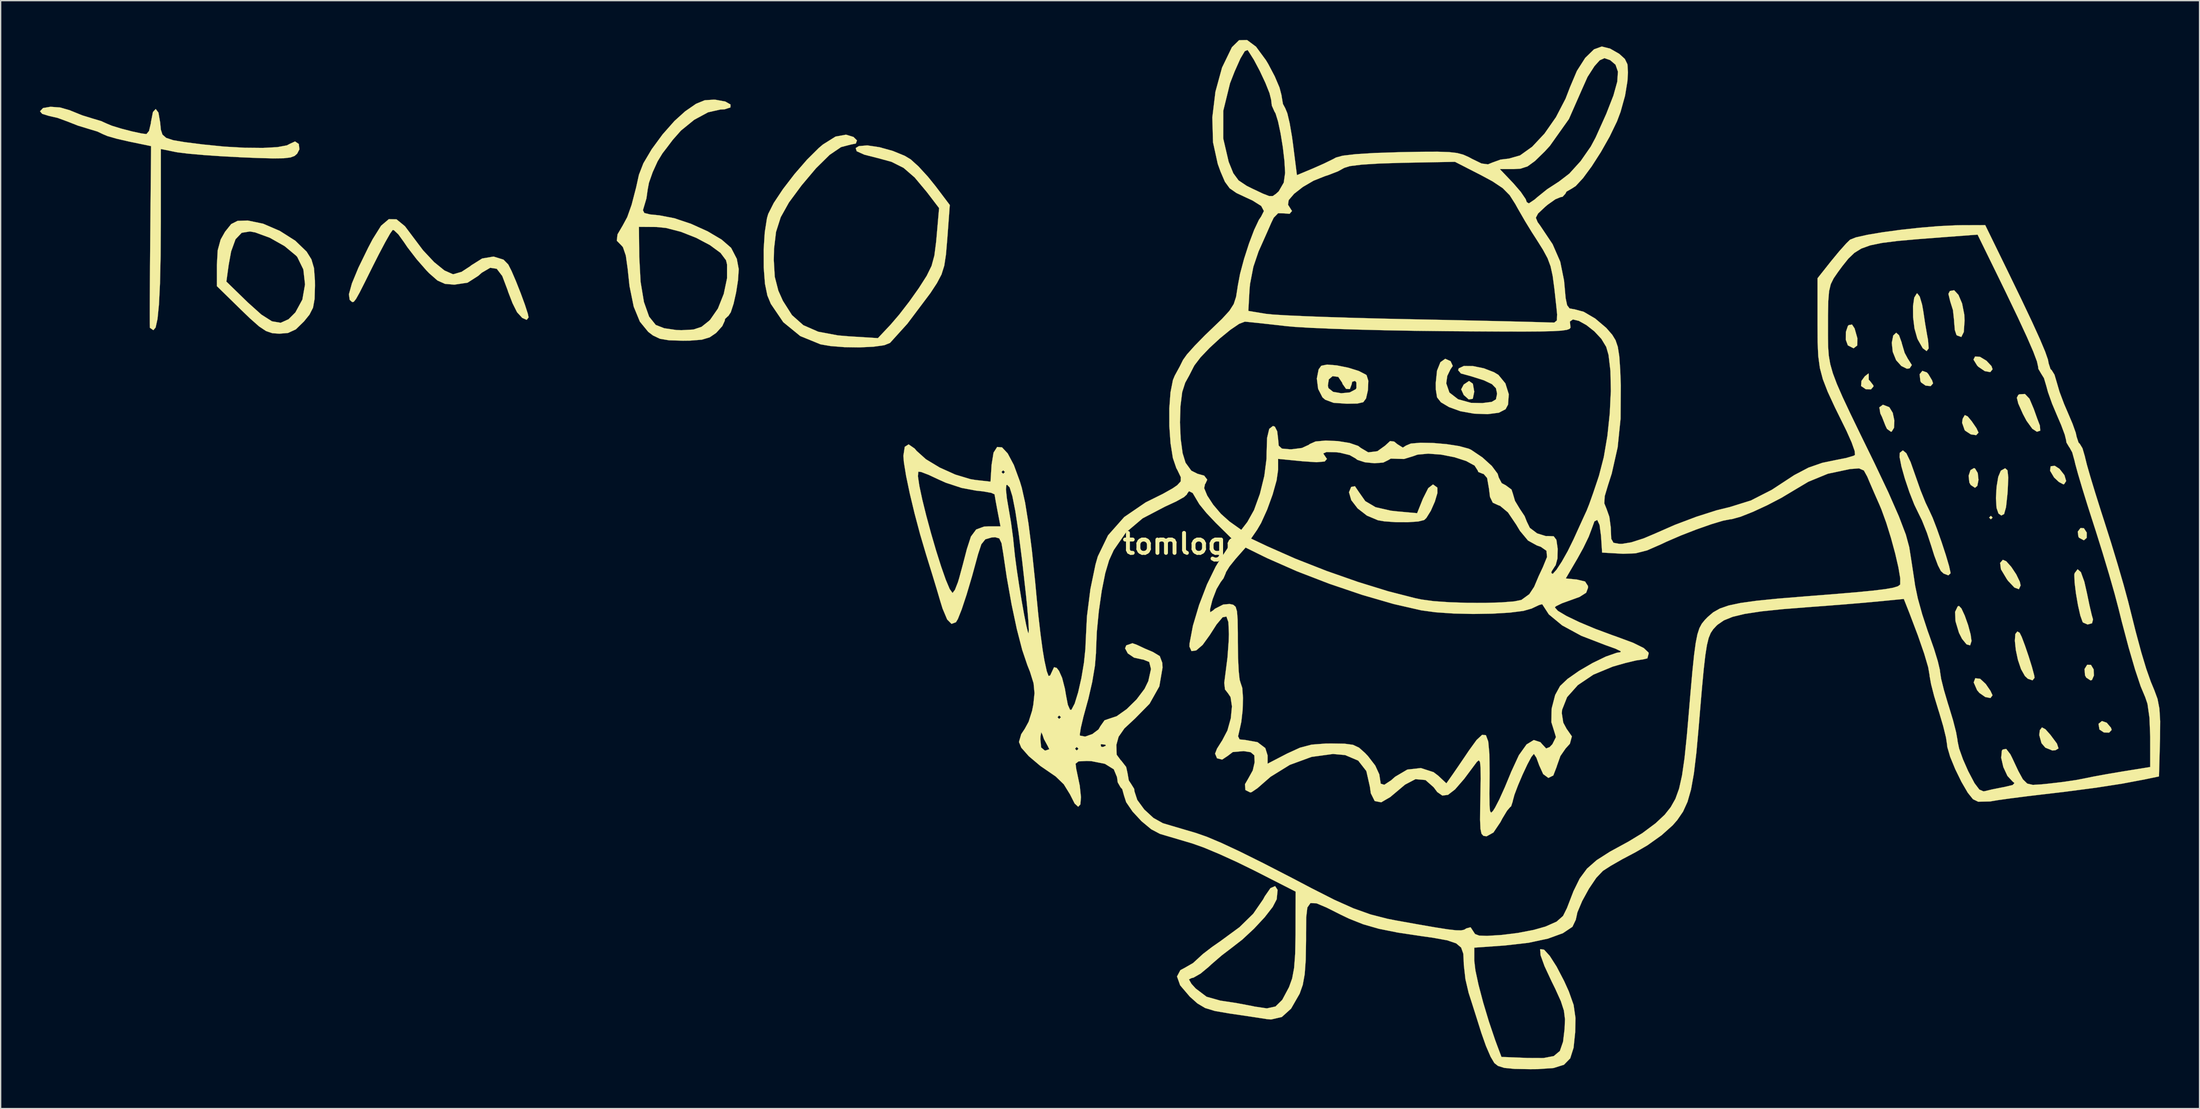
<source format=kicad_pcb>
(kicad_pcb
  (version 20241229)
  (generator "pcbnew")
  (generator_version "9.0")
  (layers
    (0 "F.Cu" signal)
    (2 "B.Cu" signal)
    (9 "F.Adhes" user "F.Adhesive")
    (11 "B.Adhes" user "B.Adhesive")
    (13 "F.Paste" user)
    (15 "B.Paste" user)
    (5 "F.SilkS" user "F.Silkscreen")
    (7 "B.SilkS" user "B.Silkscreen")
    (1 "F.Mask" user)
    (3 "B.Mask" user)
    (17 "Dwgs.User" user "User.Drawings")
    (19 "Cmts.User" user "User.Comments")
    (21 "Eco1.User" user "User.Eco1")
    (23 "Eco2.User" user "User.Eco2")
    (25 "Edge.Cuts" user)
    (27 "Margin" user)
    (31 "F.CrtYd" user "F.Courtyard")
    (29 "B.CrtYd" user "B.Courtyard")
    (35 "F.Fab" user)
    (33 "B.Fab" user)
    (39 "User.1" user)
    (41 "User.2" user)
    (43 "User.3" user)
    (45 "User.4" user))
  (footprint "tomlogo"
    (layer "F.Cu")
    (at 87.301 38.466)
    (property "Reference" "tomlogo" (at 0 0 0) (layer "F.SilkS") (effects (font (size 1.524 1.524) (thickness 0.3))))
    (attr through_hole)
    (fp_poly (pts (xy 61.762 -2.005) (xy 61.628 -1.872) (xy 61.495 -2.005) (xy 61.628 -2.139) (xy 61.762 -2.005)) (stroke (width 0.01) (type solid)) (fill yes) (layer "F.SilkS"))
    (fp_poly (pts (xy 22.086 -12.222) (xy 22.192 -11.615) (xy 22.08 -11.072) (xy 21.772 -11.021) (xy 21.389 -11.363) (xy 21.192 -11.793) (xy 21.387 -12.162) (xy 21.794 -12.434) (xy 22.086 -12.222)) (stroke (width 0.01) (type solid)) (fill yes) (layer "F.SilkS"))
    (fp_poly (pts (xy 68.732 -1.192) (xy 68.949 -0.86) (xy 68.946 -0.458) (xy 68.729 -0.267) (xy 68.367 -0.462) (xy 68.313 -0.535) (xy 68.26 -0.931) (xy 68.473 -1.209) (xy 68.732 -1.192)) (stroke (width 0.01) (type solid)) (fill yes) (layer "F.SilkS"))
    (fp_poly (pts (xy 69.267 9.236) (xy 69.473 9.576) (xy 69.498 10.049) (xy 69.349 10.389) (xy 69.24 10.427) (xy 68.912 10.214) (xy 68.815 10.039) (xy 68.779 9.554) (xy 68.981 9.23) (xy 69.267 9.236)) (stroke (width 0.01) (type solid)) (fill yes) (layer "F.SilkS"))
    (fp_poly (pts (xy 70.475 13.656) (xy 70.798 14.037) (xy 70.853 14.203) (xy 70.657 14.411) (xy 70.254 14.398) (xy 69.92 14.176) (xy 69.917 14.171) (xy 69.845 13.739) (xy 70.108 13.526) (xy 70.475 13.656)) (stroke (width 0.01) (type solid)) (fill yes) (layer "F.SilkS"))
    (fp_poly (pts (xy 56.747 -13.083) (xy 56.857 -12.957) (xy 57.143 -12.479) (xy 57.217 -12.248) (xy 57.033 -12.041) (xy 56.647 -12.079) (xy 56.305 -12.319) (xy 56.249 -12.42) (xy 56.189 -12.947) (xy 56.399 -13.206) (xy 56.747 -13.083)) (stroke (width 0.01) (type solid)) (fill yes) (layer "F.SilkS"))
    (fp_poly (pts (xy 60.423 -5.75) (xy 60.628 -5.406) (xy 60.685 -4.884) (xy 60.597 -4.428) (xy 60.417 -4.278) (xy 60.091 -4.492) (xy 59.987 -4.679) (xy 59.928 -5.195) (xy 60.072 -5.63) (xy 60.34 -5.783) (xy 60.423 -5.75)) (stroke (width 0.01) (type solid)) (fill yes) (layer "F.SilkS"))
    (fp_poly (pts (xy 60.803 -14.274) (xy 61.292 -13.978) (xy 61.673 -13.574) (xy 61.762 -13.327) (xy 61.584 -13.108) (xy 61.163 -13.184) (xy 60.675 -13.515) (xy 60.583 -13.609) (xy 60.3 -14.066) (xy 60.425 -14.304) (xy 60.803 -14.274)) (stroke (width 0.01) (type solid)) (fill yes) (layer "F.SilkS"))
    (fp_poly (pts (xy 66.869 -5.724) (xy 67.246 -5.243) (xy 67.377 -4.795) (xy 67.221 -4.554) (xy 67.151 -4.545) (xy 66.819 -4.724) (xy 66.456 -5.063) (xy 66.148 -5.58) (xy 66.19 -5.92) (xy 66.506 -5.96) (xy 66.869 -5.724)) (stroke (width 0.01) (type solid)) (fill yes) (layer "F.SilkS"))
    (fp_poly (pts (xy 51.227 -16.445) (xy 51.435 -15.713) (xy 51.437 -15.708) (xy 51.429 -15.142) (xy 51.147 -14.926) (xy 50.711 -15.151) (xy 50.554 -15.578) (xy 50.559 -16.173) (xy 50.714 -16.635) (xy 50.782 -16.699) (xy 51.03 -16.742) (xy 51.227 -16.445)) (stroke (width 0.01) (type solid)) (fill yes) (layer "F.SilkS"))
    (fp_poly (pts (xy 60.809 10.3) (xy 61.236 10.695) (xy 61.598 11.221) (xy 61.756 11.56) (xy 61.756 11.564) (xy 61.594 11.774) (xy 61.201 11.694) (xy 60.755 11.383) (xy 60.577 11.174) (xy 60.318 10.58) (xy 60.437 10.259) (xy 60.809 10.3)) (stroke (width 0.01) (type solid)) (fill yes) (layer "F.SilkS"))
    (fp_poly (pts (xy 65.797 14.155) (xy 66.177 14.583) (xy 66.673 15.248) (xy 66.794 15.616) (xy 66.55 15.762) (xy 66.317 15.775) (xy 65.786 15.559) (xy 65.494 15.219) (xy 65.323 14.602) (xy 65.364 14.228) (xy 65.528 14.011) (xy 65.797 14.155)) (stroke (width 0.01) (type solid)) (fill yes) (layer "F.SilkS"))
    (fp_poly (pts (xy 52.304 -12.919) (xy 52.304 -12.531) (xy 52.4 -12.435) (xy 52.66 -12.094) (xy 52.672 -12.016) (xy 52.479 -11.793) (xy 52.076 -11.806) (xy 51.729 -12.043) (xy 51.72 -12.057) (xy 51.75 -12.441) (xy 52.009 -12.793) (xy 52.297 -13.015) (xy 52.304 -12.919)) (stroke (width 0.01) (type solid)) (fill yes) (layer "F.SilkS"))
    (fp_poly (pts (xy 59.862 -9.726) (xy 60.169 -9.356) (xy 60.53 -8.83) (xy 60.687 -8.492) (xy 60.687 -8.489) (xy 60.509 -8.295) (xy 60.101 -8.355) (xy 59.678 -8.629) (xy 59.626 -8.686) (xy 59.431 -9.244) (xy 59.476 -9.553) (xy 59.638 -9.829) (xy 59.862 -9.726)) (stroke (width 0.01) (type solid)) (fill yes) (layer "F.SilkS"))
    (fp_poly (pts (xy 62.803 1.329) (xy 63.184 1.755) (xy 63.567 2.331) (xy 63.839 2.891) (xy 63.901 3.173) (xy 63.77 3.463) (xy 63.425 3.337) (xy 62.944 2.828) (xy 62.85 2.699) (xy 62.397 1.943) (xy 62.335 1.457) (xy 62.541 1.217) (xy 62.803 1.329)) (stroke (width 0.01) (type solid)) (fill yes) (layer "F.SilkS"))
    (fp_poly (pts (xy 53.858 -10.44) (xy 53.886 -10.418) (xy 54.14 -10) (xy 54.262 -9.412) (xy 54.239 -8.864) (xy 54.059 -8.567) (xy 54 -8.556) (xy 53.699 -8.775) (xy 53.579 -9.024) (xy 53.322 -9.681) (xy 53.192 -9.947) (xy 53.114 -10.42) (xy 53.388 -10.62) (xy 53.858 -10.44)) (stroke (width 0.01) (type solid)) (fill yes) (layer "F.SilkS"))
    (fp_poly (pts (xy 59.383 4.934) (xy 59.636 5.479) (xy 59.891 6.197) (xy 60.084 6.915) (xy 60.154 7.419) (xy 60.047 7.75) (xy 59.773 7.674) (xy 59.427 7.252) (xy 59.193 6.791) (xy 58.929 5.913) (xy 58.896 5.195) (xy 59.096 4.778) (xy 59.193 4.735) (xy 59.383 4.934)) (stroke (width 0.01) (type solid)) (fill yes) (layer "F.SilkS"))
    (fp_poly (pts (xy 64.575 -11.08) (xy 64.907 -10.294) (xy 65.167 -9.564) (xy 65.373 -9.024) (xy 65.399 -8.638) (xy 65.143 -8.556) (xy 64.792 -8.786) (xy 64.353 -9.391) (xy 64.075 -9.912) (xy 63.721 -10.708) (xy 63.611 -11.156) (xy 63.726 -11.374) (xy 63.815 -11.418) (xy 64.233 -11.439) (xy 64.575 -11.08)) (stroke (width 0.01) (type solid)) (fill yes) (layer "F.SilkS"))
    (fp_poly (pts (xy 54.617 -15.927) (xy 54.815 -15.383) (xy 54.838 -15.282) (xy 55.047 -14.581) (xy 55.303 -14.106) (xy 55.317 -14.092) (xy 55.596 -13.65) (xy 55.427 -13.397) (xy 55.218 -13.368) (xy 54.796 -13.574) (xy 54.396 -14.02) (xy 54.139 -14.652) (xy 54.065 -15.347) (xy 54.175 -15.905) (xy 54.399 -16.117) (xy 54.617 -15.927)) (stroke (width 0.01) (type solid)) (fill yes) (layer "F.SilkS"))
    (fp_poly (pts (xy 62.899 -5.613) (xy 62.958 -5.062) (xy 62.914 -4.055) (xy 62.896 -3.81) (xy 62.788 -2.803) (xy 62.64 -2.273) (xy 62.426 -2.162) (xy 62.208 -2.317) (xy 62.06 -2.748) (xy 62.016 -3.494) (xy 62.064 -4.351) (xy 62.191 -5.113) (xy 62.384 -5.573) (xy 62.407 -5.595) (xy 62.721 -5.771) (xy 62.899 -5.613)) (stroke (width 0.01) (type solid)) (fill yes) (layer "F.SilkS"))
    (fp_poly (pts (xy 59.156 -19.005) (xy 59.434 -18.348) (xy 59.6 -17.505) (xy 59.623 -17.052) (xy 59.562 -16.169) (xy 59.374 -15.791) (xy 59.05 -15.905) (xy 58.999 -15.953) (xy 58.878 -16.319) (xy 58.822 -16.971) (xy 58.821 -17.04) (xy 58.735 -17.843) (xy 58.529 -18.495) (xy 58.386 -19.082) (xy 58.498 -19.302) (xy 58.825 -19.361) (xy 59.156 -19.005)) (stroke (width 0.01) (type solid)) (fill yes) (layer "F.SilkS"))
    (fp_poly (pts (xy 63.827 6.789) (xy 63.987 7.112) (xy 64.236 7.774) (xy 64.516 8.596) (xy 64.768 9.404) (xy 64.933 10.021) (xy 64.967 10.227) (xy 64.807 10.421) (xy 64.45 10.299) (xy 64.229 10.093) (xy 63.931 9.566) (xy 63.693 8.859) (xy 63.532 8.096) (xy 63.46 7.398) (xy 63.495 6.888) (xy 63.649 6.688) (xy 63.827 6.789)) (stroke (width 0.01) (type solid)) (fill yes) (layer "F.SilkS"))
    (fp_poly (pts (xy 56.199 -18.877) (xy 56.381 -18.264) (xy 56.467 -17.78) (xy 56.616 -16.788) (xy 56.776 -15.861) (xy 56.831 -15.574) (xy 56.883 -14.921) (xy 56.725 -14.712) (xy 56.426 -14.936) (xy 56.057 -15.583) (xy 56.005 -15.703) (xy 55.798 -16.437) (xy 55.691 -17.301) (xy 55.684 -18.139) (xy 55.777 -18.794) (xy 55.969 -19.109) (xy 56.014 -19.117) (xy 56.199 -18.877)) (stroke (width 0.01) (type solid)) (fill yes) (layer "F.SilkS"))
    (fp_poly (pts (xy 68.501 2.159) (xy 68.763 2.884) (xy 68.964 3.764) (xy 69.157 4.691) (xy 69.331 5.433) (xy 69.429 5.775) (xy 69.353 6.062) (xy 69.015 6.159) (xy 68.671 6.01) (xy 68.625 5.949) (xy 68.456 5.472) (xy 68.278 4.684) (xy 68.122 3.775) (xy 68.019 2.936) (xy 68 2.354) (xy 68.021 2.239) (xy 68.251 1.939) (xy 68.501 2.159)) (stroke (width 0.01) (type solid)) (fill yes) (layer "F.SilkS"))
    (fp_poly (pts (xy 19.373 -4.296) (xy 19.377 -4.29) (xy 19.381 -3.885) (xy 19.187 -3.229) (xy 18.878 -2.525) (xy 18.536 -1.976) (xy 18.371 -1.818) (xy 17.914 -1.705) (xy 17.122 -1.65) (xy 16.191 -1.654) (xy 15.316 -1.718) (xy 14.839 -1.8) (xy 13.998 -2.154) (xy 13.289 -2.704) (xy 12.802 -3.336) (xy 12.628 -3.938) (xy 12.794 -4.345) (xy 13.083 -4.401) (xy 13.375 -3.97) (xy 13.872 -3.261) (xy 14.658 -2.798) (xy 15.83 -2.53) (xy 16.31 -2.477) (xy 17.829 -2.34) (xy 18.27 -3.442) (xy 18.678 -4.253) (xy 19.043 -4.536) (xy 19.373 -4.296)) (stroke (width 0.01) (type solid)) (fill yes) (layer "F.SilkS"))
    (fp_poly (pts (xy 55.177 -6.916) (xy 55.498 -6.252) (xy 55.889 -5.144) (xy 56.257 -4.099) (xy 56.642 -3.144) (xy 56.935 -2.533) (xy 57.185 -1.989) (xy 57.512 -1.139) (xy 57.866 -0.138) (xy 58.192 0.857) (xy 58.438 1.691) (xy 58.551 2.206) (xy 58.554 2.247) (xy 58.385 2.406) (xy 58.026 2.271) (xy 57.81 2.072) (xy 57.591 1.647) (xy 57.306 0.888) (xy 57.08 0.167) (xy 56.747 -0.845) (xy 56.375 -1.779) (xy 56.149 -2.239) (xy 55.783 -2.994) (xy 55.407 -3.952) (xy 55.065 -4.969) (xy 54.801 -5.905) (xy 54.661 -6.617) (xy 54.676 -6.95) (xy 54.912 -7.135) (xy 55.177 -6.916)) (stroke (width 0.01) (type solid)) (fill yes) (layer "F.SilkS"))
    (fp_poly (pts (xy 11.695 -13.624) (xy 12.566 -13.449) (xy 13.372 -13.199) (xy 13.924 -12.914) (xy 13.976 -12.867) (xy 14.105 -12.45) (xy 14.078 -11.766) (xy 14.058 -11.65) (xy 13.931 -11.097) (xy 13.719 -10.813) (xy 13.272 -10.709) (xy 12.462 -10.695) (xy 11.446 -10.766) (xy 10.811 -11.003) (xy 10.602 -11.184) (xy 10.273 -11.826) (xy 10.241 -12.076) (xy 11.017 -12.076) (xy 11.064 -11.885) (xy 11.418 -11.604) (xy 12.041 -11.496) (xy 12.694 -11.562) (xy 13.141 -11.8) (xy 13.194 -11.889) (xy 13.192 -12.32) (xy 13.089 -12.44) (xy 12.87 -12.372) (xy 12.834 -12.181) (xy 12.696 -11.812) (xy 12.404 -11.83) (xy 12.138 -12.205) (xy 12.109 -12.299) (xy 11.81 -12.744) (xy 11.377 -12.801) (xy 11.088 -12.554) (xy 11.017 -12.076) (xy 10.241 -12.076) (xy 10.173 -12.617) (xy 10.311 -13.318) (xy 10.509 -13.593) (xy 10.947 -13.685) (xy 11.695 -13.624)) (stroke (width 0.01) (type solid)) (fill yes) (layer "F.SilkS"))
    (fp_poly (pts (xy 20.385 -13.945) (xy 20.552 -13.581) (xy 20.373 -13.315) (xy 20.133 -12.821) (xy 20.053 -12.252) (xy 20.295 -11.55) (xy 20.959 -11.036) (xy 21.947 -10.764) (xy 22.808 -10.747) (xy 23.521 -10.836) (xy 23.846 -11.03) (xy 23.929 -11.427) (xy 23.929 -11.497) (xy 23.846 -11.878) (xy 23.541 -12.191) (xy 22.926 -12.484) (xy 21.918 -12.803) (xy 21.172 -13.005) (xy 20.961 -13.254) (xy 21.006 -13.397) (xy 21.397 -13.579) (xy 22.097 -13.57) (xy 22.926 -13.4) (xy 23.705 -13.098) (xy 24.04 -12.894) (xy 24.569 -12.248) (xy 24.828 -11.421) (xy 24.771 -10.628) (xy 24.583 -10.276) (xy 24.068 -10.009) (xy 23.212 -9.899) (xy 22.181 -9.937) (xy 21.144 -10.12) (xy 20.267 -10.438) (xy 20.253 -10.446) (xy 19.647 -10.806) (xy 19.352 -11.18) (xy 19.258 -11.771) (xy 19.251 -12.273) (xy 19.349 -13.223) (xy 19.608 -13.867) (xy 19.976 -14.128) (xy 20.385 -13.945)) (stroke (width 0.01) (type solid)) (fill yes) (layer "F.SilkS"))
    (fp_poly (pts (xy -71.434 -24.681) (xy -70.266 -24.44) (xy -68.986 -23.888) (xy -67.806 -23.138) (xy -66.944 -22.307) (xy -66.576 -21.717) (xy -66.381 -21.051) (xy -66.311 -20.112) (xy -66.307 -19.702) (xy -66.334 -18.699) (xy -66.453 -18.03) (xy -66.725 -17.497) (xy -67.137 -16.987) (xy -67.768 -16.371) (xy -68.368 -16.097) (xy -69.025 -16.042) (xy -69.562 -16.08) (xy -70.04 -16.242) (xy -70.574 -16.598) (xy -71.28 -17.222) (xy -71.939 -17.857) (xy -73.794 -19.672) (xy -73.794 -20.02) (xy -73.069 -20.02) (xy -71.436 -18.432) (xy -70.398 -17.501) (xy -69.589 -16.987) (xy -68.925 -16.875) (xy -68.325 -17.146) (xy -67.802 -17.667) (xy -67.269 -18.647) (xy -67.066 -19.805) (xy -67.195 -20.951) (xy -67.658 -21.897) (xy -67.744 -21.996) (xy -68.629 -22.729) (xy -69.752 -23.364) (xy -70.869 -23.773) (xy -71.266 -23.846) (xy -71.899 -23.745) (xy -72.369 -23.253) (xy -72.707 -22.32) (xy -72.898 -21.267) (xy -73.069 -20.02) (xy -73.794 -20.02) (xy -73.794 -21.293) (xy -73.732 -22.411) (xy -73.508 -23.229) (xy -73.173 -23.823) (xy -72.702 -24.411) (xy -72.217 -24.656) (xy -71.466 -24.682) (xy -71.434 -24.681)) (stroke (width 0.01) (type solid)) (fill yes) (layer "F.SilkS"))
    (fp_poly (pts (xy -60.081 -24.773) (xy -59.438 -24.247) (xy -58.879 -23.503) (xy -58.059 -22.414) (xy -57.209 -21.506) (xy -56.424 -20.87) (xy -55.799 -20.592) (xy -55.725 -20.587) (xy -55.116 -20.764) (xy -54.452 -21.196) (xy -54.384 -21.256) (xy -53.545 -21.783) (xy -52.673 -21.931) (xy -51.916 -21.696) (xy -51.549 -21.323) (xy -51.298 -20.827) (xy -50.96 -20.041) (xy -50.599 -19.127) (xy -50.277 -18.249) (xy -50.058 -17.57) (xy -49.998 -17.285) (xy -50.145 -17.097) (xy -50.484 -17.247) (xy -50.865 -17.663) (xy -50.898 -17.713) (xy -51.225 -18.366) (xy -51.551 -19.212) (xy -51.607 -19.384) (xy -52.008 -20.444) (xy -52.43 -20.997) (xy -52.93 -21.074) (xy -53.568 -20.7) (xy -53.849 -20.454) (xy -54.656 -19.937) (xy -55.668 -19.785) (xy -56.384 -19.847) (xy -56.956 -20.102) (xy -57.586 -20.653) (xy -57.804 -20.878) (xy -58.546 -21.727) (xy -59.247 -22.638) (xy -59.51 -23.027) (xy -59.94 -23.623) (xy -60.278 -23.943) (xy -60.377 -23.959) (xy -60.571 -23.682) (xy -60.942 -23.028) (xy -61.432 -22.101) (xy -61.884 -21.209) (xy -62.492 -19.986) (xy -62.906 -19.169) (xy -63.175 -18.689) (xy -63.347 -18.475) (xy -63.47 -18.457) (xy -63.593 -18.566) (xy -63.66 -18.635) (xy -63.715 -19.052) (xy -63.488 -19.879) (xy -62.992 -21.078) (xy -62.242 -22.614) (xy -61.902 -23.261) (xy -61.261 -24.284) (xy -60.671 -24.786) (xy -60.081 -24.773)) (stroke (width 0.01) (type solid)) (fill yes) (layer "F.SilkS"))
    (fp_poly (pts (xy -85.756 -33.31) (xy -85.018 -33.098) (xy -84.934 -33.061) (xy -84.081 -32.715) (xy -83.285 -32.469) (xy -82.627 -32.273) (xy -82.216 -32.086) (xy -81.816 -31.919) (xy -81.1 -31.7) (xy -80.274 -31.485) (xy -79.547 -31.329) (xy -79.172 -31.282) (xy -78.976 -31.518) (xy -78.837 -32.097) (xy -78.823 -32.223) (xy -78.677 -32.965) (xy -78.465 -33.196) (xy -78.256 -32.923) (xy -78.124 -32.164) (xy -78.072 -31.619) (xy -77.949 -31.243) (xy -77.664 -30.99) (xy -77.125 -30.813) (xy -76.242 -30.664) (xy -74.922 -30.497) (xy -74.87 -30.49) (xy -73.229 -30.326) (xy -71.669 -30.238) (xy -70.287 -30.224) (xy -69.182 -30.285) (xy -68.45 -30.419) (xy -68.232 -30.533) (xy -67.827 -30.719) (xy -67.541 -30.527) (xy -67.494 -30.116) (xy -67.666 -29.785) (xy -67.867 -29.609) (xy -68.181 -29.494) (xy -68.698 -29.434) (xy -69.505 -29.423) (xy -70.689 -29.455) (xy -71.92 -29.506) (xy -73.413 -29.585) (xy -74.812 -29.681) (xy -75.983 -29.785) (xy -76.792 -29.884) (xy -76.935 -29.909) (xy -78.072 -30.141) (xy -78.074 -24.629) (xy -78.09 -22.005) (xy -78.136 -19.899) (xy -78.215 -18.292) (xy -78.326 -17.17) (xy -78.47 -16.515) (xy -78.644 -16.309) (xy -78.903 -16.489) (xy -78.908 -16.51) (xy -78.915 -16.822) (xy -78.917 -17.594) (xy -78.914 -18.754) (xy -78.906 -20.228) (xy -78.893 -21.942) (xy -78.88 -23.536) (xy -78.817 -30.361) (xy -80.516 -30.712) (xy -81.437 -30.924) (xy -82.153 -31.129) (xy -82.483 -31.269) (xy -82.921 -31.476) (xy -83.553 -31.667) (xy -84.409 -31.928) (xy -85.157 -32.223) (xy -85.947 -32.513) (xy -86.627 -32.67) (xy -87.13 -32.824) (xy -87.296 -33.02) (xy -87.067 -33.268) (xy -86.497 -33.366) (xy -85.756 -33.31)) (stroke (width 0.01) (type solid)) (fill yes) (layer "F.SilkS"))
    (fp_poly (pts (xy -25.76 -31.234) (xy -25.198 -31.062) (xy -24.93 -30.795) (xy -25.017 -30.56) (xy -25.403 -30.48) (xy -26.144 -30.288) (xy -27.018 -29.694) (xy -28.058 -28.67) (xy -29.157 -27.366) (xy -30.123 -26.06) (xy -30.752 -24.933) (xy -31.11 -23.81) (xy -31.262 -22.518) (xy -31.281 -21.661) (xy -31.205 -20.383) (xy -30.932 -19.325) (xy -30.587 -18.554) (xy -29.891 -17.46) (xy -29.024 -16.691) (xy -27.886 -16.193) (xy -26.377 -15.912) (xy -25.545 -15.842) (xy -23.333 -15.704) (xy -22.357 -16.742) (xy -21.705 -17.503) (xy -20.934 -18.5) (xy -20.212 -19.518) (xy -20.212 -19.518) (xy -19.609 -20.46) (xy -19.237 -21.219) (xy -19.022 -22.012) (xy -18.888 -23.059) (xy -18.853 -23.443) (xy -18.663 -25.631) (xy -19.606 -26.865) (xy -20.529 -27.969) (xy -21.373 -28.699) (xy -22.295 -29.162) (xy -23.299 -29.436) (xy -24.37 -29.708) (xy -24.953 -29.971) (xy -25.03 -30.214) (xy -24.787 -30.362) (xy -24.143 -30.417) (xy -23.216 -30.279) (xy -22.196 -29.996) (xy -21.277 -29.619) (xy -20.832 -29.351) (xy -20.24 -28.817) (xy -19.517 -28.03) (xy -18.936 -27.311) (xy -17.845 -25.867) (xy -18.033 -23.318) (xy -18.136 -22.096) (xy -18.266 -21.235) (xy -18.477 -20.563) (xy -18.823 -19.907) (xy -19.325 -19.141) (xy -21.08 -16.807) (xy -22.411 -15.336) (xy -22.851 -15.161) (xy -23.674 -15.047) (xy -24.732 -14.997) (xy -25.876 -15.013) (xy -26.958 -15.099) (xy -27.711 -15.228) (xy -29.26 -15.861) (xy -30.556 -16.919) (xy -31.507 -18.319) (xy -31.771 -18.956) (xy -31.955 -19.856) (xy -32.049 -21.089) (xy -32.054 -22.462) (xy -31.971 -23.781) (xy -31.804 -24.853) (xy -31.709 -25.181) (xy -31.287 -26.02) (xy -30.58 -27.083) (xy -29.698 -28.23) (xy -28.75 -29.322) (xy -27.845 -30.221) (xy -27.53 -30.487) (xy -26.568 -31.091) (xy -25.772 -31.235) (xy -25.76 -31.234)) (stroke (width 0.01) (type solid)) (fill yes) (layer "F.SilkS"))
    (fp_poly (pts (xy -35.726 -33.902) (xy -34.976 -33.763) (xy -34.584 -33.539) (xy -34.592 -33.314) (xy -35.039 -33.17) (xy -35.364 -33.154) (xy -36.299 -32.942) (xy -37.352 -32.373) (xy -38.366 -31.549) (xy -38.991 -30.843) (xy -39.436 -30.254) (xy -39.757 -29.837) (xy -39.777 -29.812) (xy -40.15 -29.199) (xy -40.526 -28.372) (xy -40.81 -27.564) (xy -40.907 -27.048) (xy -41.003 -26.367) (xy -41.156 -25.85) (xy -41.27 -25.466) (xy -41.162 -25.256) (xy -40.722 -25.147) (xy -40.02 -25.077) (xy -38.875 -24.858) (xy -37.591 -24.427) (xy -36.332 -23.858) (xy -35.263 -23.226) (xy -34.55 -22.607) (xy -34.532 -22.584) (xy -34.104 -21.757) (xy -33.956 -20.966) (xy -34.011 -20.129) (xy -34.154 -19.201) (xy -34.349 -18.333) (xy -34.563 -17.677) (xy -34.759 -17.383) (xy -34.78 -17.379) (xy -35.005 -17.166) (xy -35.025 -17.026) (xy -35.212 -16.62) (xy -35.665 -16.118) (xy -35.696 -16.09) (xy -36.176 -15.763) (xy -36.775 -15.584) (xy -37.661 -15.514) (xy -38.215 -15.507) (xy -39.268 -15.536) (xy -39.97 -15.653) (xy -40.502 -15.905) (xy -40.867 -16.183) (xy -41.504 -16.96) (xy -41.974 -18.104) (xy -42.295 -19.674) (xy -42.435 -20.988) (xy -42.577 -22.005) (xy -42.798 -22.651) (xy -42.938 -22.806) (xy -43.266 -23.14) (xy -43.211 -23.625) (xy -42.876 -24.197) (xy -41.576 -24.197) (xy -41.551 -21.924) (xy -41.449 -20.005) (xy -41.193 -18.461) (xy -40.798 -17.343) (xy -40.291 -16.711) (xy -39.647 -16.459) (xy -38.708 -16.322) (xy -38.328 -16.309) (xy -37.418 -16.36) (xy -36.796 -16.568) (xy -36.224 -17.024) (xy -36.134 -17.114) (xy -35.547 -17.96) (xy -35.101 -19.082) (xy -34.85 -20.274) (xy -34.85 -21.328) (xy -34.927 -21.648) (xy -35.346 -22.209) (xy -36.152 -22.802) (xy -37.208 -23.361) (xy -38.375 -23.821) (xy -39.516 -24.115) (xy -40.239 -24.187) (xy -41.576 -24.197) (xy -42.876 -24.197) (xy -42.822 -24.289) (xy -42.469 -24.942) (xy -42.135 -25.884) (xy -41.79 -27.21) (xy -41.577 -28.176) (xy -41.238 -29.051) (xy -40.601 -30.125) (xy -39.773 -31.253) (xy -38.862 -32.284) (xy -38.042 -33.023) (xy -37.213 -33.595) (xy -36.553 -33.864) (xy -35.854 -33.91) (xy -35.726 -33.902)) (stroke (width 0.01) (type solid)) (fill yes) (layer "F.SilkS"))
    (fp_poly (pts (xy 5.532 -37.952) (xy 6.293 -36.918) (xy 6.466 -36.629) (xy 6.963 -35.686) (xy 7.326 -34.832) (xy 7.48 -34.241) (xy 7.481 -34.21) (xy 7.588 -33.58) (xy 7.766 -33.248) (xy 7.922 -32.871) (xy 8.104 -32.1) (xy 8.28 -31.071) (xy 8.35 -30.558) (xy 8.655 -28.147) (xy 9.875 -28.657) (xy 10.716 -29.029) (xy 11.423 -29.374) (xy 11.631 -29.489) (xy 12.144 -29.631) (xy 13.15 -29.749) (xy 14.608 -29.84) (xy 16.477 -29.9) (xy 16.555 -29.902) (xy 18.198 -29.932) (xy 19.403 -29.936) (xy 20.266 -29.907) (xy 20.884 -29.835) (xy 21.352 -29.711) (xy 21.766 -29.527) (xy 22.009 -29.395) (xy 22.747 -29.036) (xy 23.238 -28.97) (xy 23.565 -29.104) (xy 24.198 -29.333) (xy 24.841 -29.411) (xy 25.686 -29.651) (xy 26.615 -30.316) (xy 27.553 -31.318) (xy 28.427 -32.569) (xy 29.162 -33.984) (xy 29.5 -34.861) (xy 30.027 -36.104) (xy 30.662 -37.098) (xy 31.333 -37.75) (xy 31.928 -37.966) (xy 32.566 -37.804) (xy 33.252 -37.411) (xy 33.273 -37.395) (xy 33.688 -37.017) (xy 33.887 -36.609) (xy 33.925 -35.988) (xy 33.886 -35.323) (xy 33.705 -34.214) (xy 33.361 -32.975) (xy 33.087 -32.246) (xy 32.527 -31.088) (xy 31.859 -29.909) (xy 31.157 -28.815) (xy 30.493 -27.914) (xy 29.937 -27.314) (xy 29.654 -27.13) (xy 29.235 -26.89) (xy 29.143 -26.719) (xy 28.93 -26.49) (xy 28.79 -26.469) (xy 28.384 -26.303) (xy 27.793 -25.886) (xy 27.584 -25.707) (xy 27.062 -25.215) (xy 26.893 -24.893) (xy 27.031 -24.558) (xy 27.217 -24.304) (xy 28.173 -22.876) (xy 28.756 -21.54) (xy 29.047 -20.102) (xy 29.082 -19.718) (xy 29.168 -18.758) (xy 29.282 -18.215) (xy 29.468 -17.972) (xy 29.775 -17.914) (xy 29.808 -17.914) (xy 30.545 -17.716) (xy 31.424 -17.201) (xy 32.271 -16.483) (xy 32.728 -15.957) (xy 32.978 -15.547) (xy 33.15 -15.041) (xy 33.263 -14.324) (xy 33.335 -13.281) (xy 33.379 -12.093) (xy 33.362 -9.558) (xy 33.138 -7.367) (xy 32.687 -5.364) (xy 32.402 -4.477) (xy 32.15 -3.635) (xy 32.121 -3.089) (xy 32.288 -2.676) (xy 32.505 -2.065) (xy 32.615 -1.237) (xy 32.619 -1.073) (xy 32.649 -0.386) (xy 32.82 -0.081) (xy 33.258 -0.002) (xy 33.483 0) (xy 34.181 -0.116) (xy 35.125 -0.418) (xy 35.957 -0.77) (xy 37.498 -1.446) (xy 39.143 -2.067) (xy 40.687 -2.56) (xy 41.709 -2.812) (xy 43.307 -3.31) (xy 44.904 -4.124) (xy 45.313 -4.392) (xy 46.621 -5.249) (xy 47.712 -5.821) (xy 48.763 -6.186) (xy 49.803 -6.401) (xy 50.587 -6.556) (xy 51.133 -6.717) (xy 51.258 -6.785) (xy 51.23 -7.091) (xy 50.999 -7.744) (xy 50.609 -8.62) (xy 50.474 -8.896) (xy 49.721 -10.423) (xy 49.176 -11.6) (xy 48.805 -12.558) (xy 48.575 -13.424) (xy 48.452 -14.326) (xy 48.403 -15.393) (xy 48.4 -15.784) (xy 49.195 -15.784) (xy 49.207 -15.027) (xy 49.257 -14.361) (xy 49.369 -13.717) (xy 49.566 -13.022) (xy 49.873 -12.206) (xy 50.314 -11.197) (xy 50.912 -9.924) (xy 51.691 -8.315) (xy 52.676 -6.301) (xy 52.75 -6.149) (xy 53.809 -3.918) (xy 54.608 -2.097) (xy 55.14 -0.701) (xy 55.399 0.255) (xy 55.401 0.267) (xy 55.588 1.462) (xy 55.783 2.747) (xy 55.851 3.208) (xy 56.052 4.165) (xy 56.391 5.387) (xy 56.804 6.646) (xy 56.909 6.936) (xy 57.289 8.016) (xy 57.579 8.963) (xy 57.736 9.625) (xy 57.752 9.776) (xy 57.832 10.301) (xy 58.047 11.163) (xy 58.351 12.193) (xy 58.42 12.407) (xy 58.738 13.456) (xy 58.974 14.375) (xy 59.085 14.995) (xy 59.088 15.067) (xy 59.202 15.615) (xy 59.5 16.45) (xy 59.896 17.348) (xy 60.38 18.268) (xy 60.75 18.759) (xy 61.07 18.896) (xy 61.166 18.88) (xy 61.728 18.745) (xy 62.517 18.587) (xy 62.666 18.56) (xy 63.291 18.412) (xy 63.432 18.261) (xy 63.288 18.143) (xy 62.893 17.717) (xy 62.58 17.043) (xy 62.416 16.333) (xy 62.466 15.796) (xy 62.529 15.703) (xy 62.8 15.653) (xy 63.117 16.064) (xy 63.25 16.329) (xy 63.728 17.348) (xy 64.073 17.977) (xy 64.403 18.301) (xy 64.835 18.401) (xy 65.488 18.361) (xy 66.04 18.305) (xy 67.122 18.179) (xy 68.136 18.029) (xy 68.714 17.919) (xy 69.442 17.77) (xy 70.485 17.579) (xy 71.626 17.386) (xy 71.722 17.37) (xy 73.794 17.036) (xy 73.792 14.734) (xy 73.737 13.287) (xy 73.583 12.21) (xy 73.414 11.711) (xy 73.066 10.883) (xy 72.637 9.595) (xy 72.147 7.915) (xy 71.615 5.908) (xy 71.376 4.946) (xy 71.072 3.796) (xy 70.647 2.309) (xy 70.15 0.656) (xy 69.633 -0.994) (xy 69.486 -1.449) (xy 69.022 -2.896) (xy 68.609 -4.231) (xy 68.28 -5.34) (xy 68.069 -6.111) (xy 68.019 -6.332) (xy 67.84 -6.98) (xy 67.632 -7.358) (xy 67.614 -7.371) (xy 67.395 -7.739) (xy 67.377 -7.895) (xy 67.271 -8.329) (xy 66.997 -9.065) (xy 66.703 -9.747) (xy 66.303 -10.697) (xy 65.988 -11.583) (xy 65.866 -12.033) (xy 65.682 -12.65) (xy 65.471 -12.989) (xy 65.256 -13.354) (xy 65.238 -13.51) (xy 65.147 -13.924) (xy 64.865 -14.676) (xy 64.379 -15.795) (xy 63.675 -17.313) (xy 62.74 -19.259) (xy 62.237 -20.291) (xy 60.614 -23.604) (xy 58.18 -23.422) (xy 56.131 -23.265) (xy 54.539 -23.124) (xy 53.328 -22.972) (xy 52.419 -22.786) (xy 51.738 -22.54) (xy 51.207 -22.21) (xy 50.749 -21.77) (xy 50.289 -21.195) (xy 49.959 -20.748) (xy 49.626 -20.265) (xy 49.407 -19.82) (xy 49.279 -19.286) (xy 49.217 -18.537) (xy 49.197 -17.445) (xy 49.196 -16.704) (xy 49.195 -15.784) (xy 48.4 -15.784) (xy 48.394 -16.754) (xy 48.394 -16.854) (xy 48.394 -20.272) (xy 49.419 -21.566) (xy 50.04 -22.32) (xy 50.59 -22.936) (xy 50.878 -23.217) (xy 51.326 -23.396) (xy 52.197 -23.591) (xy 53.377 -23.789) (xy 54.757 -23.976) (xy 56.223 -24.135) (xy 57.664 -24.255) (xy 58.969 -24.318) (xy 59.408 -24.325) (xy 61.199 -24.331) (xy 62.929 -20.788) (xy 63.971 -18.639) (xy 64.782 -16.929) (xy 65.377 -15.619) (xy 65.774 -14.675) (xy 65.989 -14.059) (xy 66.04 -13.777) (xy 66.183 -13.34) (xy 66.273 -13.256) (xy 66.486 -12.914) (xy 66.668 -12.3) (xy 66.871 -11.604) (xy 67.221 -10.674) (xy 67.505 -10.014) (xy 67.866 -9.164) (xy 68.111 -8.476) (xy 68.179 -8.163) (xy 68.325 -7.724) (xy 68.416 -7.639) (xy 68.623 -7.298) (xy 68.808 -6.665) (xy 68.821 -6.599) (xy 68.961 -6.036) (xy 69.236 -5.079) (xy 69.613 -3.841) (xy 70.056 -2.435) (xy 70.288 -1.716) (xy 70.802 -0.1) (xy 71.309 1.57) (xy 71.761 3.123) (xy 72.105 4.389) (xy 72.178 4.679) (xy 72.685 6.7) (xy 73.113 8.287) (xy 73.488 9.53) (xy 73.837 10.52) (xy 74.106 11.168) (xy 74.352 11.836) (xy 74.495 12.577) (xy 74.554 13.541) (xy 74.542 14.875) (xy 74.538 15.034) (xy 74.462 17.757) (xy 73.393 17.98) (xy 71.657 18.308) (xy 69.633 18.621) (xy 67.225 18.936) (xy 65.773 19.106) (xy 64.406 19.268) (xy 63.157 19.428) (xy 62.163 19.567) (xy 61.562 19.668) (xy 60.662 19.688) (xy 60.262 19.494) (xy 59.863 18.997) (xy 59.384 18.173) (xy 58.908 17.2) (xy 58.52 16.255) (xy 58.305 15.518) (xy 58.286 15.335) (xy 58.205 14.794) (xy 57.991 13.92) (xy 57.685 12.883) (xy 57.618 12.674) (xy 57.3 11.627) (xy 57.064 10.711) (xy 56.953 10.096) (xy 56.949 10.024) (xy 56.843 9.415) (xy 56.539 8.383) (xy 56.057 6.993) (xy 55.42 5.31) (xy 55.289 4.978) (xy 54.984 4.208) (xy 52.959 4.405) (xy 51.812 4.509) (xy 50.353 4.63) (xy 48.803 4.751) (xy 47.859 4.82) (xy 45.744 4.986) (xy 44.095 5.158) (xy 42.842 5.349) (xy 41.916 5.572) (xy 41.247 5.843) (xy 40.766 6.175) (xy 40.673 6.262) (xy 40.434 6.52) (xy 40.243 6.806) (xy 40.086 7.189) (xy 39.953 7.735) (xy 39.831 8.513) (xy 39.708 9.591) (xy 39.573 11.036) (xy 39.413 12.917) (xy 39.332 13.903) (xy 39.149 15.941) (xy 38.959 17.528) (xy 38.741 18.752) (xy 38.471 19.696) (xy 38.129 20.445) (xy 37.691 21.085) (xy 37.338 21.489) (xy 36.492 22.245) (xy 35.408 23.017) (xy 34.491 23.549) (xy 33.503 24.07) (xy 32.606 24.584) (xy 32.011 24.967) (xy 31.506 25.499) (xy 30.947 26.326) (xy 30.433 27.263) (xy 30.066 28.13) (xy 29.945 28.693) (xy 29.688 29.234) (xy 28.958 29.723) (xy 27.816 30.139) (xy 26.321 30.458) (xy 24.536 30.66) (xy 24.531 30.661) (xy 22.192 30.827) (xy 22.192 31.813) (xy 22.279 32.556) (xy 22.518 33.666) (xy 22.872 35.01) (xy 23.306 36.454) (xy 23.783 37.867) (xy 23.918 38.234) (xy 24.269 39.169) (xy 26.264 39.247) (xy 27.476 39.252) (xy 28.262 39.102) (xy 28.726 38.714) (xy 28.97 38.009) (xy 29.086 37.043) (xy 29.117 36.293) (xy 29.037 35.637) (xy 28.803 34.913) (xy 28.371 33.958) (xy 28.097 33.403) (xy 27.556 32.242) (xy 27.257 31.413) (xy 27.219 30.972) (xy 27.241 30.938) (xy 27.523 30.982) (xy 27.952 31.451) (xy 28.478 32.273) (xy 29.052 33.374) (xy 29.411 34.166) (xy 29.777 35.197) (xy 29.92 36.197) (xy 29.898 37.279) (xy 29.773 38.473) (xy 29.518 39.277) (xy 29.041 39.765) (xy 28.25 40.015) (xy 27.055 40.1) (xy 26.469 40.105) (xy 25.27 40.084) (xy 24.487 40.007) (xy 24.002 39.854) (xy 23.726 39.637) (xy 23.44 39.155) (xy 23.084 38.332) (xy 22.735 37.342) (xy 22.721 37.298) (xy 22.365 36.169) (xy 22.014 35.063) (xy 21.762 34.281) (xy 21.518 33.238) (xy 21.394 32.137) (xy 21.389 31.951) (xy 21.354 31.286) (xy 21.19 30.82) (xy 20.809 30.498) (xy 20.125 30.267) (xy 19.048 30.072) (xy 18.17 29.948) (xy 16.342 29.674) (xy 14.904 29.385) (xy 13.713 29.043) (xy 12.625 28.61) (xy 12.032 28.326) (xy 10.903 27.76) (xy 10.146 27.442) (xy 9.687 27.425) (xy 9.451 27.763) (xy 9.364 28.51) (xy 9.352 29.718) (xy 9.352 30.261) (xy 9.327 31.763) (xy 9.248 32.857) (xy 9.101 33.669) (xy 8.87 34.324) (xy 8.855 34.357) (xy 8.207 35.485) (xy 7.501 36.122) (xy 6.679 36.311) (xy 6.362 36.282) (xy 5.654 36.172) (xy 4.633 36.019) (xy 3.518 35.855) (xy 3.487 35.85) (xy 2.393 35.663) (xy 1.645 35.434) (xy 1.058 35.085) (xy 0.48 34.57) (xy -0.26 33.702) (xy -0.501 33.027) (xy -0.244 32.544) (xy 0.078 32.373) (xy 0.725 32.001) (xy 1.06 31.694) (xy 1.476 31.311) (xy 2.176 30.774) (xy 2.823 30.324) (xy 4.271 29.262) (xy 5.319 28.237) (xy 6.077 27.137) (xy 6.198 26.909) (xy 6.633 26.283) (xy 6.991 26.127) (xy 7.181 26.42) (xy 7.11 27.136) (xy 6.805 27.721) (xy 6.19 28.51) (xy 5.377 29.382) (xy 4.48 30.215) (xy 3.621 30.881) (xy 2.919 31.416) (xy 2.135 32.091) (xy 1.929 32.285) (xy 1.3 32.806) (xy 0.759 33.116) (xy 0.595 33.154) (xy 0.411 33.252) (xy 0.603 33.588) (xy 0.926 33.945) (xy 1.759 34.575) (xy 2.824 34.874) (xy 2.914 34.885) (xy 3.987 35.046) (xy 5.138 35.262) (xy 5.422 35.323) (xy 6.36 35.462) (xy 7.019 35.318) (xy 7.532 34.813) (xy 8.036 33.869) (xy 8.058 33.822) (xy 8.289 33.178) (xy 8.438 32.382) (xy 8.52 31.312) (xy 8.549 29.844) (xy 8.55 29.651) (xy 8.556 26.549) (xy 5.414 24.947) (xy 4.066 24.287) (xy 2.721 23.676) (xy 1.536 23.181) (xy 0.668 22.873) (xy -0.352 22.571) (xy -1.301 22.291) (xy -1.8 22.143) (xy -2.469 21.789) (xy -3.212 21.172) (xy -3.894 20.436) (xy -4.382 19.721) (xy -4.545 19.218) (xy -4.68 18.727) (xy -4.813 18.582) (xy -5.025 18.211) (xy -5.08 17.807) (xy -5.326 17.213) (xy -6.006 16.792) (xy -7.038 16.589) (xy -7.396 16.577) (xy -8.022 16.608) (xy -8.242 16.785) (xy -8.185 17.23) (xy -8.164 17.312) (xy -7.923 18.461) (xy -7.832 19.339) (xy -7.876 19.893) (xy -8.042 20.071) (xy -8.315 19.823) (xy -8.67 19.123) (xy -9.145 18.355) (xy -9.773 17.749) (xy -9.819 17.719) (xy -10.932 16.955) (xy -11.816 16.209) (xy -12.389 15.559) (xy -12.566 15.127) (xy -12.502 14.906) (xy -10.931 14.906) (xy -10.872 15.543) (xy -10.603 15.77) (xy -10.528 15.775) (xy -10.249 15.678) (xy -10.267 15.641) (xy -8.288 15.641) (xy -8.155 15.775) (xy -8.021 15.641) (xy -8.155 15.507) (xy -8.288 15.641) (xy -10.267 15.641) (xy -10.366 15.441) (xy -10.426 15.329) (xy -6.328 15.329) (xy -6.291 15.488) (xy -6.149 15.507) (xy -5.929 15.41) (xy -5.971 15.329) (xy -6.289 15.297) (xy -6.328 15.329) (xy -10.426 15.329) (xy -10.66 14.901) (xy -10.769 14.572) (xy -10.779 14.549) (xy -7.921 14.549) (xy -7.909 14.639) (xy -7.512 14.714) (xy -6.963 14.522) (xy -6.494 14.169) (xy -6.34 13.906) (xy -6.031 13.469) (xy -5.734 13.368) (xy -5.105 13.159) (xy -4.343 12.619) (xy -3.588 11.878) (xy -2.977 11.068) (xy -2.691 10.479) (xy -2.486 9.555) (xy -2.622 9.016) (xy -3.11 8.824) (xy -3.173 8.823) (xy -3.78 8.687) (xy -4.258 8.363) (xy -4.464 7.979) (xy -4.376 7.75) (xy -3.902 7.587) (xy -3.574 7.703) (xy -2.944 7.999) (xy -2.339 8.254) (xy -1.816 8.57) (xy -1.621 9.086) (xy -1.604 9.453) (xy -1.849 10.882) (xy -2.594 12.207) (xy -3.703 13.335) (xy -4.515 14.09) (xy -4.958 14.727) (xy -5.127 15.345) (xy -5.106 16.097) (xy -4.785 16.531) (xy -4.756 16.55) (xy -4.38 17.034) (xy -4.278 17.499) (xy -4.179 18.064) (xy -4.011 18.315) (xy -3.772 18.699) (xy -3.743 18.907) (xy -3.533 19.549) (xy -3.001 20.277) (xy -2.299 20.925) (xy -1.577 21.327) (xy -1.54 21.338) (xy -0.798 21.558) (xy 0.199 21.852) (xy 0.936 22.068) (xy 1.776 22.361) (xy 2.886 22.829) (xy 4.307 23.494) (xy 6.082 24.375) (xy 8.252 25.492) (xy 9.759 26.283) (xy 11.516 27.175) (xy 12.973 27.826) (xy 14.274 28.29) (xy 15.564 28.622) (xy 16.214 28.749) (xy 17.96 29.062) (xy 19.256 29.286) (xy 20.174 29.429) (xy 20.791 29.5) (xy 21.18 29.508) (xy 21.416 29.461) (xy 21.573 29.367) (xy 21.587 29.356) (xy 21.913 29.269) (xy 22.097 29.55) (xy 22.252 29.786) (xy 22.568 29.906) (xy 23.162 29.927) (xy 24.155 29.866) (xy 24.306 29.854) (xy 25.52 29.704) (xy 26.726 29.472) (xy 27.631 29.216) (xy 28.477 28.84) (xy 28.971 28.404) (xy 29.268 27.806) (xy 29.766 26.514) (xy 30.242 25.546) (xy 30.798 24.794) (xy 31.535 24.147) (xy 32.555 23.496) (xy 33.959 22.731) (xy 33.967 22.726) (xy 35.022 22.086) (xy 36.032 21.332) (xy 36.732 20.677) (xy 37.189 20.099) (xy 37.547 19.464) (xy 37.828 18.687) (xy 38.052 17.681) (xy 38.243 16.36) (xy 38.42 14.638) (xy 38.519 13.502) (xy 38.697 11.388) (xy 38.843 9.739) (xy 38.972 8.488) (xy 39.096 7.565) (xy 39.227 6.904) (xy 39.378 6.437) (xy 39.562 6.094) (xy 39.793 5.81) (xy 40.009 5.588) (xy 40.428 5.229) (xy 40.937 4.94) (xy 41.608 4.707) (xy 42.516 4.514) (xy 43.735 4.345) (xy 45.339 4.183) (xy 47.4 4.015) (xy 47.458 4.01) (xy 49.643 3.839) (xy 51.351 3.695) (xy 52.637 3.57) (xy 53.558 3.457) (xy 54.17 3.349) (xy 54.53 3.24) (xy 54.692 3.121) (xy 54.708 3.09) (xy 54.711 2.636) (xy 54.572 1.809) (xy 54.325 0.738) (xy 54.004 -0.444) (xy 53.643 -1.608) (xy 53.275 -2.622) (xy 53.141 -2.941) (xy 52.73 -3.876) (xy 52.364 -4.722) (xy 52.192 -5.132) (xy 51.935 -5.598) (xy 51.564 -5.761) (xy 50.879 -5.709) (xy 49.186 -5.351) (xy 47.694 -4.738) (xy 46.574 -4.071) (xy 45.64 -3.512) (xy 44.558 -2.948) (xy 43.471 -2.445) (xy 42.524 -2.069) (xy 41.861 -1.886) (xy 41.768 -1.878) (xy 41.197 -1.77) (xy 40.281 -1.494) (xy 39.159 -1.1) (xy 37.975 -0.64) (xy 36.868 -0.163) (xy 36.461 0.03) (xy 35.384 0.501) (xy 34.5 0.725) (xy 33.562 0.759) (xy 33.386 0.75) (xy 31.951 0.668) (xy 31.869 -0.602) (xy 31.757 -1.446) (xy 31.579 -1.825) (xy 31.365 -1.716) (xy 31.159 -1.15) (xy 30.929 -0.54) (xy 30.512 0.32) (xy 30.078 1.107) (xy 29.178 2.642) (xy 30.03 2.725) (xy 30.652 2.875) (xy 30.874 3.219) (xy 30.881 3.342) (xy 30.736 3.732) (xy 30.231 4.053) (xy 29.612 4.278) (xy 28.884 4.54) (xy 28.425 4.766) (xy 28.342 4.852) (xy 28.579 5.117) (xy 29.233 5.506) (xy 30.21 5.976) (xy 31.42 6.484) (xy 32.772 6.986) (xy 33.017 7.071) (xy 34.319 7.553) (xy 35.131 7.954) (xy 35.489 8.292) (xy 35.51 8.355) (xy 35.409 8.743) (xy 35.073 8.823) (xy 34.558 8.9) (xy 33.719 9.1) (xy 32.765 9.373) (xy 31.289 9.984) (xy 30.102 10.783) (xy 29.279 11.703) (xy 28.895 12.675) (xy 28.876 12.935) (xy 28.988 13.653) (xy 29.26 14.156) (xy 29.277 14.171) (xy 29.645 14.698) (xy 29.492 15.263) (xy 29.17 15.617) (xy 28.769 16.197) (xy 28.494 16.972) (xy 28.486 17.012) (xy 28.226 17.684) (xy 27.85 17.87) (xy 27.452 17.577) (xy 27.149 16.91) (xy 26.936 16.326) (xy 26.752 16.046) (xy 26.736 16.042) (xy 26.552 16.267) (xy 26.245 16.841) (xy 25.883 17.614) (xy 25.533 18.434) (xy 25.261 19.152) (xy 25.135 19.615) (xy 25.133 19.653) (xy 25.006 20.04) (xy 24.932 20.097) (xy 24.698 20.37) (xy 24.344 20.955) (xy 24.184 21.256) (xy 23.657 22.037) (xy 23.141 22.324) (xy 23.114 22.325) (xy 22.891 22.292) (xy 22.746 22.133) (xy 22.665 21.758) (xy 22.636 21.076) (xy 22.645 19.997) (xy 22.66 19.251) (xy 22.682 17.943) (xy 22.675 17.099) (xy 22.63 16.649) (xy 22.537 16.523) (xy 22.389 16.648) (xy 22.343 16.711) (xy 21.425 17.941) (xy 20.726 18.747) (xy 20.188 19.162) (xy 19.754 19.217) (xy 19.366 18.947) (xy 19.092 18.582) (xy 18.469 18.032) (xy 17.702 17.965) (xy 16.908 18.382) (xy 16.251 18.935) (xy 15.776 19.333) (xy 15.089 19.733) (xy 14.591 19.635) (xy 14.295 19.044) (xy 14.223 18.537) (xy 13.953 17.345) (xy 13.332 16.548) (xy 12.337 16.126) (xy 11.409 16.042) (xy 9.772 16.265) (xy 8.111 16.874) (xy 6.645 17.781) (xy 6.219 18.151) (xy 5.642 18.655) (xy 5.202 18.951) (xy 5.098 18.983) (xy 4.722 18.796) (xy 4.686 18.355) (xy 4.932 17.929) (xy 5.283 17.296) (xy 5.426 16.676) (xy 5.402 16.145) (xy 5.123 15.908) (xy 4.588 15.823) (xy 3.759 15.895) (xy 3.359 16.198) (xy 2.947 16.47) (xy 2.554 16.372) (xy 2.406 16.015) (xy 2.552 15.637) (xy 2.907 15.072) (xy 2.939 15.029) (xy 3.348 14.248) (xy 3.607 13.317) (xy 3.694 12.409) (xy 3.587 11.697) (xy 3.402 11.42) (xy 3.162 11.113) (xy 3.106 10.612) (xy 3.215 9.759) (xy 3.353 8.672) (xy 3.443 7.438) (xy 3.46 6.893) (xy 3.423 5.979) (xy 3.272 5.55) (xy 2.981 5.607) (xy 2.522 6.152) (xy 2.005 6.959) (xy 1.457 7.717) (xy 0.966 8.137) (xy 0.606 8.19) (xy 0.449 7.845) (xy 0.457 7.612) (xy 0.714 6.25) (xy 1.082 5.016) (xy 2.017 5.016) (xy 2.031 5.225) (xy 2.253 5.083) (xy 2.398 4.954) (xy 3.029 4.633) (xy 3.521 4.591) (xy 3.796 4.652) (xy 3.976 4.808) (xy 4.08 5.156) (xy 4.129 5.792) (xy 4.143 6.816) (xy 4.144 7.531) (xy 4.162 8.719) (xy 4.21 9.705) (xy 4.281 10.368) (xy 4.345 10.583) (xy 4.483 10.997) (xy 4.537 11.758) (xy 4.512 12.684) (xy 4.409 13.594) (xy 4.297 14.105) (xy 4.162 14.692) (xy 4.277 14.929) (xy 4.715 14.973) (xy 5.643 15.138) (xy 6.241 15.591) (xy 6.417 16.154) (xy 6.417 16.782) (xy 7.903 16.011) (xy 8.882 15.563) (xy 9.776 15.327) (xy 10.85 15.244) (xy 11.281 15.24) (xy 12.287 15.255) (xy 12.934 15.342) (xy 13.398 15.559) (xy 13.856 15.968) (xy 14.072 16.195) (xy 14.634 16.925) (xy 14.945 17.602) (xy 14.973 17.799) (xy 15.052 18.308) (xy 15.324 18.394) (xy 15.842 18.053) (xy 16.151 17.78) (xy 17.079 17.233) (xy 18.113 17.115) (xy 19.084 17.429) (xy 19.439 17.698) (xy 20.064 18.284) (xy 20.523 17.631) (xy 20.942 17.023) (xy 21.495 16.209) (xy 21.787 15.775) (xy 22.366 14.976) (xy 22.791 14.579) (xy 23.082 14.607) (xy 23.26 15.087) (xy 23.347 16.045) (xy 23.362 17.506) (xy 23.36 17.731) (xy 23.348 19.063) (xy 23.356 19.927) (xy 23.396 20.393) (xy 23.478 20.527) (xy 23.616 20.397) (xy 23.78 20.137) (xy 24.1 19.519) (xy 24.521 18.589) (xy 24.958 17.536) (xy 25.006 17.415) (xy 25.598 16.134) (xy 26.183 15.314) (xy 26.737 14.975) (xy 27.239 15.139) (xy 27.395 15.315) (xy 27.68 15.62) (xy 27.946 15.516) (xy 28.155 15.298) (xy 28.427 14.753) (xy 28.332 14.432) (xy 28.078 13.617) (xy 28.098 12.579) (xy 28.367 11.538) (xy 28.741 10.854) (xy 29.312 10.312) (xy 30.194 9.696) (xy 31.223 9.097) (xy 32.236 8.606) (xy 33.069 8.315) (xy 33.349 8.273) (xy 33.368 8.194) (xy 32.962 8.001) (xy 32.221 7.736) (xy 32.218 7.735) (xy 30.368 7.022) (xy 28.906 6.228) (xy 27.883 5.384) (xy 27.378 4.607) (xy 27.152 4.667) (xy 26.638 4.908) (xy 26.576 4.94) (xy 25.935 5.122) (xy 24.89 5.253) (xy 23.569 5.331) (xy 22.103 5.354) (xy 20.618 5.32) (xy 19.245 5.226) (xy 18.151 5.078) (xy 16.04 4.595) (xy 13.64 3.899) (xy 11.124 3.047) (xy 8.662 2.098) (xy 6.426 1.113) (xy 6.044 0.928) (xy 4.736 0.283) (xy 3.976 1.144) (xy 3.506 1.729) (xy 3.237 2.165) (xy 3.213 2.252) (xy 3.049 2.635) (xy 2.834 2.92) (xy 2.52 3.45) (xy 2.224 4.217) (xy 2.179 4.374) (xy 2.017 5.016) (xy 1.082 5.016) (xy 1.185 4.67) (xy 1.79 3.094) (xy 2.451 1.74) (xy 2.714 1.308) (xy 3.782 -0.3) (xy 3.68 -0.401) (xy 5.154 -0.401) (xy 6.387 0.183) (xy 8.546 1.137) (xy 10.911 2.065) (xy 13.326 2.911) (xy 15.633 3.623) (xy 17.673 4.145) (xy 18.181 4.251) (xy 19.097 4.374) (xy 20.302 4.458) (xy 21.657 4.502) (xy 23.025 4.506) (xy 24.265 4.47) (xy 25.241 4.393) (xy 25.787 4.283) (xy 26.393 3.843) (xy 26.763 3.281) (xy 27.108 2.465) (xy 27.428 1.783) (xy 27.745 1.007) (xy 27.705 0.53) (xy 27.272 0.227) (xy 26.971 0.122) (xy 26.296 -0.251) (xy 25.679 -0.992) (xy 25.394 -1.468) (xy 24.762 -2.402) (xy 24.164 -2.9) (xy 24.024 -2.949) (xy 23.605 -3.143) (xy 23.394 -3.576) (xy 23.313 -4.222) (xy 23.172 -5.029) (xy 22.9 -5.342) (xy 22.845 -5.347) (xy 22.499 -5.486) (xy 22.459 -5.595) (xy 22.215 -5.974) (xy 21.575 -6.323) (xy 20.68 -6.612) (xy 19.669 -6.81) (xy 18.681 -6.885) (xy 17.856 -6.808) (xy 17.518 -6.687) (xy 16.831 -6.477) (xy 16.327 -6.49) (xy 15.823 -6.507) (xy 15.626 -6.392) (xy 15.246 -6.204) (xy 14.576 -6.153) (xy 13.842 -6.226) (xy 13.267 -6.412) (xy 13.123 -6.524) (xy 12.678 -6.776) (xy 11.934 -6.958) (xy 11.632 -6.993) (xy 10.915 -7.007) (xy 10.668 -6.903) (xy 10.707 -6.832) (xy 10.946 -6.481) (xy 10.774 -6.285) (xy 10.154 -6.23) (xy 9.091 -6.302) (xy 7.219 -6.486) (xy 7.219 -5.659) (xy 7.103 -4.846) (xy 6.8 -3.763) (xy 6.381 -2.609) (xy 5.916 -1.583) (xy 5.614 -1.069) (xy 5.154 -0.401) (xy 3.68 -0.401) (xy 2.445 -1.616) (xy 1.745 -2.357) (xy 1.203 -3.025) (xy 0.937 -3.472) (xy 0.697 -3.879) (xy 0.417 -4.021) (xy 0.268 -3.819) (xy 0.267 -3.783) (xy 0.04 -3.573) (xy -0.557 -3.238) (xy -1.394 -2.85) (xy -1.412 -2.842) (xy -3.123 -1.947) (xy -4.399 -0.868) (xy -5.331 0.481) (xy -5.685 1.256) (xy -5.976 2.233) (xy -6.245 3.581) (xy -6.468 5.137) (xy -6.622 6.738) (xy -6.684 8.219) (xy -6.684 8.318) (xy -6.763 9.298) (xy -6.973 10.552) (xy -7.272 11.848) (xy -7.362 12.171) (xy -7.646 13.212) (xy -7.842 14.046) (xy -7.921 14.549) (xy -10.779 14.549) (xy -10.864 14.377) (xy -10.922 14.712) (xy -10.931 14.906) (xy -12.502 14.906) (xy -12.393 14.529) (xy -12.126 14.127) (xy -11.828 13.583) (xy -11.718 13.235) (xy -9.625 13.235) (xy -9.492 13.368) (xy -9.358 13.235) (xy -9.492 13.101) (xy -9.625 13.235) (xy -11.718 13.235) (xy -11.564 12.748) (xy -11.468 12.269) (xy -11.378 11.397) (xy -11.45 10.644) (xy -11.722 9.77) (xy -11.925 9.259) (xy -12.317 8.098) (xy -12.726 6.517) (xy -13.128 4.627) (xy -13.499 2.541) (xy -13.768 0.719) (xy -13.896 -0.049) (xy -14.069 -0.415) (xy -14.384 -0.505) (xy -14.657 -0.484) (xy -15.132 -0.345) (xy -15.435 0.031) (xy -15.686 0.79) (xy -15.689 0.802) (xy -16.14 2.454) (xy -16.563 3.879) (xy -16.934 5) (xy -17.226 5.736) (xy -17.374 5.984) (xy -17.714 6.111) (xy -18.047 5.774) (xy -18.396 4.945) (xy -18.566 4.397) (xy -18.829 3.505) (xy -19.187 2.326) (xy -19.572 1.083) (xy -19.659 0.802) (xy -20.109 -0.719) (xy -20.531 -2.305) (xy -20.898 -3.834) (xy -21.177 -5.166) (xy -20.278 -5.166) (xy -20.168 -4.424) (xy -19.946 -3.384) (xy -19.64 -2.148) (xy -19.279 -0.816) (xy -18.892 0.51) (xy -18.506 1.729) (xy -18.151 2.742) (xy -17.854 3.446) (xy -17.646 3.74) (xy -17.629 3.743) (xy -17.453 3.511) (xy -17.224 2.926) (xy -17.128 2.607) (xy -16.852 1.589) (xy -16.584 0.56) (xy -16.547 0.412) (xy -16.233 -0.556) (xy -15.832 -1.096) (xy -15.24 -1.315) (xy -14.842 -1.337) (xy -13.975 -1.337) (xy -14.195 -2.473) (xy -14.332 -3.207) (xy -14.416 -3.697) (xy -14.426 -3.777) (xy -14.674 -3.891) (xy -15.298 -4.003) (xy -15.842 -4.062) (xy -16.342 -4.156) (xy -13.558 -4.156) (xy -13.487 -3.476) (xy -13.366 -2.767) (xy -13.169 -1.616) (xy -13.009 -0.42) (xy -12.954 0.134) (xy -12.867 0.954) (xy -12.727 2.005) (xy -12.551 3.172) (xy -12.36 4.343) (xy -12.172 5.405) (xy -12.005 6.243) (xy -11.88 6.745) (xy -11.827 6.836) (xy -11.812 6.546) (xy -11.851 5.84) (xy -11.935 4.833) (xy -12.022 3.97) (xy -12.32 1.3) (xy -12.592 -0.85) (xy -12.841 -2.492) (xy -13.068 -3.64) (xy -13.276 -4.308) (xy -13.467 -4.51) (xy -13.528 -4.475) (xy -13.558 -4.156) (xy -16.342 -4.156) (xy -16.945 -4.269) (xy -18.147 -4.664) (xy -18.686 -4.905) (xy -19.465 -5.269) (xy -20.034 -5.485) (xy -20.247 -5.51) (xy -20.278 -5.166) (xy -21.177 -5.166) (xy -21.181 -5.184) (xy -21.351 -6.231) (xy -21.389 -6.722) (xy -21.284 -7.406) (xy -20.988 -7.594) (xy -20.529 -7.276) (xy -20.374 -7.093) (xy -19.667 -6.459) (xy -18.621 -5.827) (xy -17.427 -5.289) (xy -16.271 -4.94) (xy -15.876 -4.875) (xy -14.737 -4.747) (xy -14.69 -5.481) (xy -13.903 -5.481) (xy -13.769 -5.347) (xy -13.636 -5.481) (xy -13.769 -5.615) (xy -13.903 -5.481) (xy -14.69 -5.481) (xy -14.654 -6.047) (xy -14.506 -6.964) (xy -14.229 -7.395) (xy -13.857 -7.366) (xy -13.422 -6.899) (xy -12.956 -6.021) (xy -12.491 -4.755) (xy -12.348 -4.278) (xy -12.095 -3.146) (xy -11.836 -1.535) (xy -11.577 0.499) (xy -11.327 2.9) (xy -11.225 4.011) (xy -11.083 5.468) (xy -10.919 6.896) (xy -10.753 8.119) (xy -10.622 8.9) (xy -10.441 9.726) (xy -10.305 10.088) (xy -10.179 10.047) (xy -10.084 9.836) (xy -9.888 9.417) (xy -9.687 9.469) (xy -9.507 9.697) (xy -9.269 10.232) (xy -9.056 11.061) (xy -8.976 11.541) (xy -8.833 12.285) (xy -8.665 12.667) (xy -8.562 12.672) (xy -8.311 12.191) (xy -8.046 11.329) (xy -7.799 10.241) (xy -7.604 9.078) (xy -7.492 7.994) (xy -7.478 7.581) (xy -7.375 5.533) (xy -7.112 3.452) (xy -6.722 1.574) (xy -6.548 0.965) (xy -5.766 -0.65) (xy -4.53 -2.046) (xy -2.895 -3.163) (xy -2.469 -3.375) (xy -1.581 -3.815) (xy -0.844 -4.229) (xy -0.486 -4.474) (xy -0.218 -4.766) (xy -0.21 -5.088) (xy -0.471 -5.634) (xy -0.553 -5.781) (xy -0.816 -6.551) (xy -0.994 -7.673) (xy -1.086 -8.989) (xy -1.086 -9.271) (xy -0.274 -9.271) (xy -0.219 -8.014) (xy -0.071 -6.919) (xy 0.153 -6.191) (xy 0.594 -5.585) (xy 1.07 -5.347) (xy 1.073 -5.347) (xy 1.573 -5.208) (xy 1.81 -4.9) (xy 1.666 -4.585) (xy 1.64 -4.567) (xy 1.574 -4.25) (xy 1.808 -3.683) (xy 2.263 -2.988) (xy 2.855 -2.289) (xy 3.504 -1.709) (xy 3.558 -1.67) (xy 4.407 -1.067) (xy 4.871 -1.67) (xy 5.378 -2.575) (xy 5.828 -3.815) (xy 6.165 -5.188) (xy 6.333 -6.496) (xy 6.34 -6.952) (xy 6.375 -8.083) (xy 6.54 -8.778) (xy 6.825 -8.998) (xy 6.97 -8.945) (xy 7.149 -8.593) (xy 7.219 -8.005) (xy 7.265 -7.495) (xy 7.506 -7.273) (xy 8.097 -7.22) (xy 8.256 -7.219) (xy 9.039 -7.319) (xy 9.577 -7.569) (xy 9.62 -7.613) (xy 10.07 -7.813) (xy 10.851 -7.886) (xy 11.778 -7.844) (xy 12.666 -7.703) (xy 13.331 -7.475) (xy 13.532 -7.321) (xy 14.099 -6.985) (xy 14.795 -7.071) (xy 15.376 -7.488) (xy 15.767 -7.846) (xy 16.078 -7.807) (xy 16.326 -7.605) (xy 16.74 -7.346) (xy 16.989 -7.505) (xy 17.35 -7.656) (xy 18.086 -7.718) (xy 19.046 -7.7) (xy 20.08 -7.611) (xy 21.037 -7.463) (xy 21.768 -7.264) (xy 21.95 -7.18) (xy 22.816 -6.597) (xy 23.533 -5.946) (xy 23.978 -5.349) (xy 24.063 -5.061) (xy 24.288 -4.633) (xy 24.598 -4.468) (xy 25.036 -4.146) (xy 25.139 -3.835) (xy 25.302 -3.279) (xy 25.667 -2.674) (xy 26.037 -2.117) (xy 26.196 -1.714) (xy 26.196 -1.712) (xy 26.435 -1.22) (xy 26.991 -0.799) (xy 27.65 -0.595) (xy 27.832 -0.597) (xy 28.256 -0.579) (xy 28.463 -0.306) (xy 28.559 0.362) (xy 28.56 0.369) (xy 28.546 1.11) (xy 28.406 1.631) (xy 28.359 1.693) (xy 28.099 2.101) (xy 28.074 2.228) (xy 28.183 2.295) (xy 28.469 1.976) (xy 28.871 1.364) (xy 29.329 0.552) (xy 29.781 -0.367) (xy 29.796 -0.401) (xy 30.214 -1.321) (xy 30.574 -2.11) (xy 30.773 -2.54) (xy 30.97 -3.038) (xy 31.271 -3.885) (xy 31.62 -4.922) (xy 31.716 -5.214) (xy 32.079 -6.619) (xy 32.356 -8.25) (xy 32.537 -9.977) (xy 32.617 -11.668) (xy 32.588 -13.193) (xy 32.442 -14.421) (xy 32.266 -15.034) (xy 31.893 -15.65) (xy 31.357 -16.224) (xy 30.753 -16.699) (xy 30.177 -17.02) (xy 29.725 -17.13) (xy 29.494 -16.973) (xy 29.526 -16.636) (xy 29.541 -16.511) (xy 29.467 -16.411) (xy 29.252 -16.333) (xy 28.846 -16.275) (xy 28.199 -16.236) (xy 27.26 -16.213) (xy 25.978 -16.204) (xy 24.304 -16.207) (xy 22.185 -16.219) (xy 20.119 -16.234) (xy 17.772 -16.26) (xy 15.477 -16.301) (xy 13.318 -16.355) (xy 11.38 -16.417) (xy 9.746 -16.487) (xy 8.501 -16.56) (xy 7.887 -16.615) (xy 6.693 -16.75) (xy 5.656 -16.863) (xy 4.918 -16.939) (xy 4.679 -16.96) (xy 4.248 -16.797) (xy 3.576 -16.34) (xy 2.782 -15.691) (xy 1.982 -14.954) (xy 1.294 -14.232) (xy 0.834 -13.63) (xy 0.764 -13.502) (xy 0.434 -12.855) (xy 0.126 -12.299) (xy -0.102 -11.586) (xy -0.235 -10.52) (xy -0.274 -9.271) (xy -1.086 -9.271) (xy -1.088 -10.339) (xy -0.997 -11.565) (xy -0.812 -12.507) (xy -0.676 -12.834) (xy -0.292 -13.538) (xy -0.041 -14.043) (xy 0.257 -14.459) (xy 0.849 -15.121) (xy 1.632 -15.92) (xy 2.074 -16.345) (xy 2.944 -17.181) (xy 3.493 -17.781) (xy 4.946 -17.781) (xy 6.283 -17.56) (xy 6.858 -17.503) (xy 7.897 -17.441) (xy 9.329 -17.376) (xy 11.084 -17.311) (xy 13.092 -17.249) (xy 15.282 -17.191) (xy 17.379 -17.145) (xy 19.641 -17.099) (xy 21.758 -17.054) (xy 23.664 -17.011) (xy 25.293 -16.973) (xy 26.582 -16.94) (xy 27.464 -16.914) (xy 27.868 -16.898) (xy 28.304 -16.893) (xy 28.499 -17.055) (xy 28.518 -17.516) (xy 28.458 -18.114) (xy 28.307 -19.481) (xy 28.176 -20.458) (xy 28.018 -21.185) (xy 27.788 -21.802) (xy 27.439 -22.448) (xy 26.925 -23.266) (xy 26.583 -23.796) (xy 26.074 -24.626) (xy 25.513 -25.598) (xy 25.327 -25.935) (xy 24.896 -26.614) (xy 24.362 -27.154) (xy 23.586 -27.672) (xy 22.698 -28.15) (xy 21.802 -28.608) (xy 24.146 -28.608) (xy 25.174 -27.528) (xy 25.743 -26.868) (xy 26.117 -26.318) (xy 26.202 -26.084) (xy 26.361 -25.99) (xy 26.802 -26.286) (xy 26.965 -26.432) (xy 27.753 -27.068) (xy 28.607 -27.623) (xy 28.636 -27.639) (xy 29.449 -28.263) (xy 30.313 -29.216) (xy 31.088 -30.331) (xy 31.454 -31.015) (xy 32.267 -32.822) (xy 32.815 -34.226) (xy 33.109 -35.283) (xy 33.159 -36.048) (xy 32.976 -36.576) (xy 32.569 -36.923) (xy 32.569 -36.924) (xy 32.133 -37.077) (xy 31.768 -36.913) (xy 31.367 -36.465) (xy 30.839 -35.643) (xy 30.444 -34.758) (xy 29.418 -32.428) (xy 27.963 -30.378) (xy 27.572 -29.953) (xy 26.824 -29.223) (xy 26.261 -28.815) (xy 25.727 -28.64) (xy 25.207 -28.608) (xy 24.146 -28.608) (xy 21.802 -28.608) (xy 20.721 -29.162) (xy 16.684 -29.086) (xy 14.954 -29.032) (xy 13.608 -28.948) (xy 12.696 -28.835) (xy 12.273 -28.703) (xy 11.789 -28.437) (xy 11.038 -28.146) (xy 10.777 -28.063) (xy 9.923 -27.72) (xy 9.108 -27.244) (xy 8.44 -26.722) (xy 8.026 -26.239) (xy 7.974 -25.882) (xy 8.002 -25.846) (xy 8.279 -25.408) (xy 8.094 -25.193) (xy 7.681 -25.227) (xy 7.217 -25.237) (xy 6.885 -24.898) (xy 6.702 -24.521) (xy 6.37 -23.764) (xy 5.944 -22.807) (xy 5.726 -22.321) (xy 5.329 -21.147) (xy 5.074 -19.825) (xy 5.034 -19.38) (xy 4.946 -17.781) (xy 3.493 -17.781) (xy 3.502 -17.791) (xy 3.83 -18.306) (xy 4.01 -18.86) (xy 4.124 -19.586) (xy 4.136 -19.679) (xy 4.315 -20.622) (xy 4.618 -21.754) (xy 4.993 -22.92) (xy 5.388 -23.964) (xy 5.749 -24.73) (xy 5.922 -24.986) (xy 6.133 -25.405) (xy 5.927 -25.794) (xy 5.259 -26.213) (xy 4.835 -26.408) (xy 4.037 -26.782) (xy 3.519 -27.143) (xy 3.156 -27.64) (xy 2.821 -28.42) (xy 2.611 -28.999) (xy 2.248 -30.656) (xy 2.24 -30.947) (xy 3.028 -30.947) (xy 3.445 -29.162) (xy 3.798 -28.292) (xy 4.199 -27.746) (xy 4.82 -27.329) (xy 5.25 -27.116) (xy 6.059 -26.734) (xy 6.53 -26.551) (xy 6.813 -26.552) (xy 7.059 -26.723) (xy 7.265 -26.912) (xy 7.649 -27.577) (xy 7.752 -28.316) (xy 7.703 -29.211) (xy 7.58 -30.267) (xy 7.407 -31.329) (xy 7.213 -32.244) (xy 7.023 -32.858) (xy 6.936 -33.007) (xy 6.738 -33.454) (xy 6.684 -33.91) (xy 6.561 -34.405) (xy 6.247 -35.191) (xy 5.821 -36.099) (xy 5.365 -36.958) (xy 4.958 -37.6) (xy 4.883 -37.697) (xy 4.675 -37.609) (xy 4.34 -37.048) (xy 3.897 -36.053) (xy 3.548 -35.159) (xy 3.032 -33.057) (xy 3.028 -30.947) (xy 2.24 -30.947) (xy 2.196 -32.554) (xy 2.433 -34.514) (xy 2.938 -36.358) (xy 3.689 -37.908) (xy 3.692 -37.913) (xy 4.237 -38.447) (xy 4.848 -38.461) (xy 5.532 -37.952)) (stroke (width 0.01) (type solid)) (fill yes) (layer "F.SilkS")))
  (gr_rect
    (start -3 -3)
    (end 164.859 81.576)
    (stroke (width 0.1) (type default))
    (fill no)
    (layer "Edge.Cuts")))
</source>
